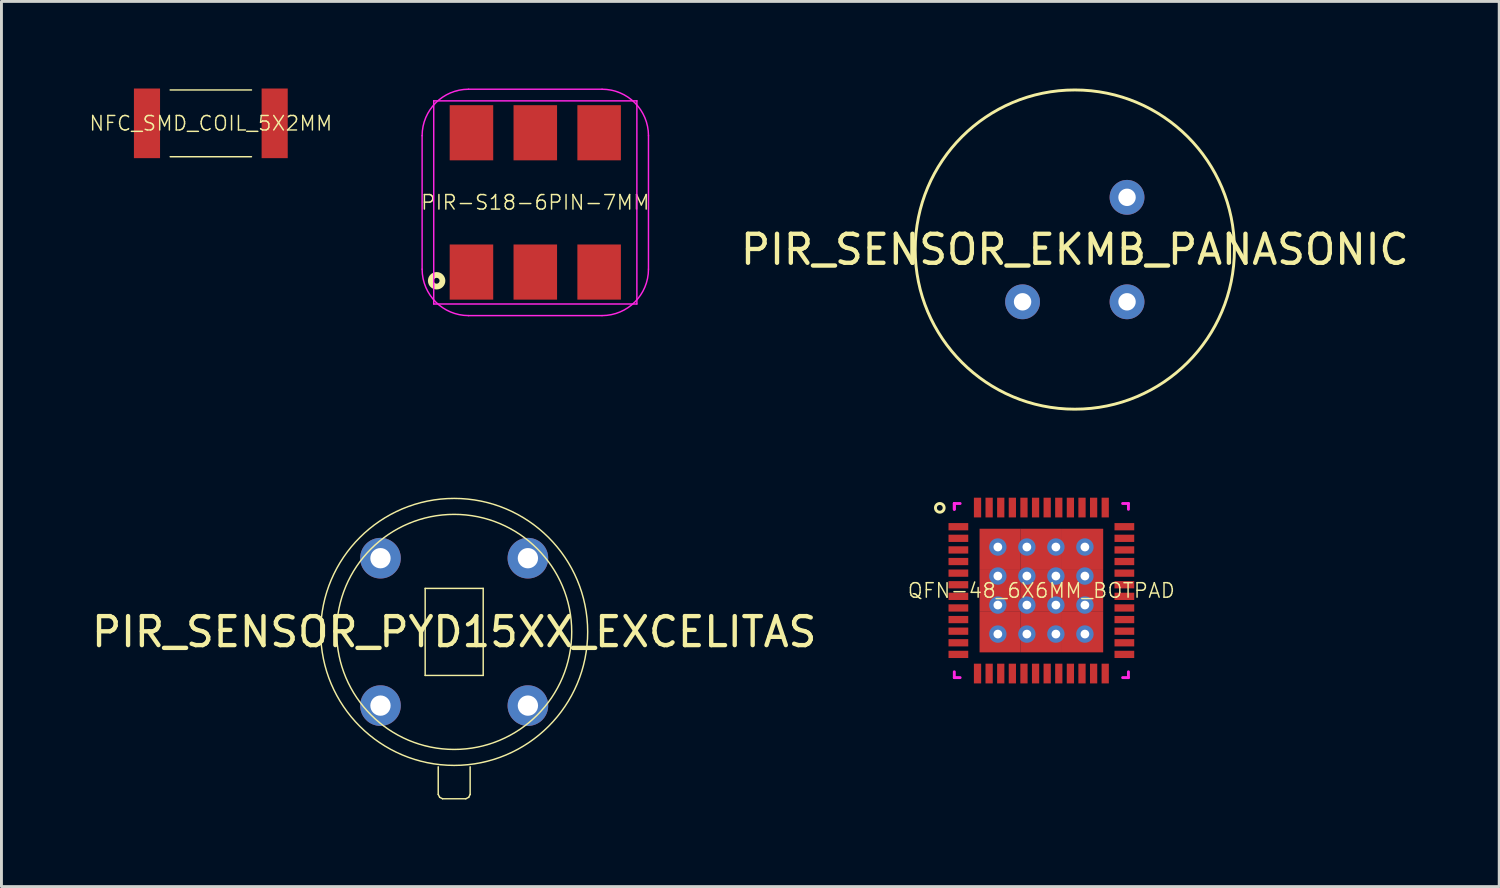
<source format=kicad_pcb>
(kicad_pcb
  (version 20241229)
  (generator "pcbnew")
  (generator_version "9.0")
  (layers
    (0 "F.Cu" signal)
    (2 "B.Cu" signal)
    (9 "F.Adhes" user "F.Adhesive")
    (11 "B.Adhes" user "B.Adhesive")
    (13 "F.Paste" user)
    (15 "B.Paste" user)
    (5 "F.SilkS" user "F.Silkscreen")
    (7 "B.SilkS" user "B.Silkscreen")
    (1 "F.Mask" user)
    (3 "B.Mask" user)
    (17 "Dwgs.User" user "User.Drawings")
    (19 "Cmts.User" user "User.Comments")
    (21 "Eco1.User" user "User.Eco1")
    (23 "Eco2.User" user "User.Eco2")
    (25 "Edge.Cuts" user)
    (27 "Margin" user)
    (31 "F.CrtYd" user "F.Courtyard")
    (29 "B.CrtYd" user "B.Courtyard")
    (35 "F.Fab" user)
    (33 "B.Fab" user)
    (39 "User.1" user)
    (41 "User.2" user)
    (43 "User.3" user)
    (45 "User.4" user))
  (footprint "PIR_SENSOR_EKMB_PANASONIC"
    (layer "F.Cu")
    (at 33.987 5.55)
    (property "Reference" "PIR_SENSOR_EKMB_PANASONIC" (at 0 0 0) (layer "F.SilkS") (effects (font (size 1 1) (thickness 0.15))))
    (attr through_hole)
    (fp_circle (center 0 0) (end -5.5 0) (stroke (width 0.1) (type solid)) (fill no) (layer "F.SilkS"))
    (pad "1" thru_hole circle (at -1.8 1.8) (size 1.2 1.2) (drill 0.6) (layers "*.Cu" "*.Mask"))
    (pad "2" thru_hole circle (at 1.8 1.8) (size 1.2 1.2) (drill 0.6) (layers "*.Cu" "*.Mask"))
    (pad "3" thru_hole circle (at 1.8 -1.8) (size 1.2 1.2) (drill 0.6) (layers "*.Cu" "*.Mask")))
  (footprint "PIR_SENSOR_PYD15XX_EXCELITAS"
    (layer "F.Cu")
    (at 12.601 18.725)
    (property "Reference" "PIR_SENSOR_PYD15XX_EXCELITAS" (at 0 0 0) (layer "F.SilkS") (effects (font (size 1 1) (thickness 0.15))))
    (attr through_hole)
    (fp_line (start -1 -1.5) (end 1 -1.5) (stroke (width 0.05) (type solid)) (layer "F.SilkS"))
    (fp_line (start -1 1.5) (end -1 -1.5) (stroke (width 0.05) (type solid)) (layer "F.SilkS"))
    (fp_line (start -0.55 5.6) (end -0.55 4.65) (stroke (width 0.05) (type solid)) (layer "F.SilkS"))
    (fp_line (start -0.55 5.6) (end -0.5 5.7) (stroke (width 0.05) (type solid)) (layer "F.SilkS"))
    (fp_line (start -0.5 5.7) (end -0.4 5.75) (stroke (width 0.05) (type solid)) (layer "F.SilkS"))
    (fp_line (start -0.4 5.75) (end 0.4 5.75) (stroke (width 0.05) (type solid)) (layer "F.SilkS"))
    (fp_line (start 0.4 5.75) (end 0.5 5.7) (stroke (width 0.05) (type solid)) (layer "F.SilkS"))
    (fp_line (start 0.5 5.7) (end 0.55 5.6) (stroke (width 0.05) (type solid)) (layer "F.SilkS"))
    (fp_line (start 0.55 5.6) (end 0.55 4.65) (stroke (width 0.05) (type solid)) (layer "F.SilkS"))
    (fp_line (start 1 -1.5) (end 1 1.5) (stroke (width 0.05) (type solid)) (layer "F.SilkS"))
    (fp_line (start 1 1.5) (end -1 1.5) (stroke (width 0.05) (type solid)) (layer "F.SilkS"))
    (fp_circle (center 0 0) (end -4.6 0) (stroke (width 0.05) (type solid)) (fill no) (layer "F.SilkS"))
    (fp_circle (center 0 0) (end -4.05 0) (stroke (width 0.05) (type solid)) (fill no) (layer "F.SilkS"))
    (pad "1" thru_hole circle (at 2.54 -2.54) (size 1.4 1.4) (drill 0.7) (layers "*.Cu" "*.Mask"))
    (pad "2" thru_hole circle (at -2.54 2.54) (size 1.4 1.4) (drill 0.7) (layers "*.Cu" "*.Mask"))
    (pad "3" thru_hole circle (at -2.54 -2.54) (size 1.4 1.4) (drill 0.7) (layers "*.Cu" "*.Mask"))
    (pad "4" thru_hole circle (at 2.54 2.54) (size 1.4 1.4) (drill 0.7) (layers "*.Cu" "*.Mask")))
  (footprint "PIR-S18-6PIN-7MM"
    (layer "F.Cu")
    (at 15.396 3.925)
    (property "Reference" "PIR-S18-6PIN-7MM" (at 0 0 0) (layer "F.SilkS") (effects (font (size 0.5 0.5) (thickness 0.05))))
    (attr through_hole)
    (fp_circle (center -3.4 2.7) (end -3.2 2.7) (stroke (width 0.2) (type solid)) (fill no) (layer "F.SilkS"))
    (fp_line (start -3.9 -2.3) (end -3.9 2.3) (stroke (width 0.05) (type solid)) (layer "F.CrtYd"))
    (fp_line (start -3.5 -3.5) (end 3.5 -3.5) (stroke (width 0.05) (type solid)) (layer "F.CrtYd"))
    (fp_line (start -3.5 3.5) (end -3.5 -3.5) (stroke (width 0.05) (type solid)) (layer "F.CrtYd"))
    (fp_line (start -2.3 3.9) (end 2.3 3.9) (stroke (width 0.05) (type solid)) (layer "F.CrtYd"))
    (fp_line (start 2.3 -3.9) (end -2.3 -3.9) (stroke (width 0.05) (type solid)) (layer "F.CrtYd"))
    (fp_line (start 3.5 -3.5) (end 3.5 3.5) (stroke (width 0.05) (type solid)) (layer "F.CrtYd"))
    (fp_line (start 3.5 3.5) (end -3.5 3.5) (stroke (width 0.05) (type solid)) (layer "F.CrtYd"))
    (fp_line (start 3.9 2.3) (end 3.9 -2.3) (stroke (width 0.05) (type solid)) (layer "F.CrtYd"))
    (fp_arc (start -3.9 -2.3) (mid -3.431371 -3.431371) (end -2.3 -3.9) (stroke (width 0.05) (type solid)) (layer "F.CrtYd"))
    (fp_arc (start -2.3 3.9) (mid -3.431371 3.431371) (end -3.9 2.3) (stroke (width 0.05) (type solid)) (layer "F.CrtYd"))
    (fp_arc (start 2.3 -3.9) (mid 3.431371 -3.431371) (end 3.9 -2.3) (stroke (width 0.05) (type solid)) (layer "F.CrtYd"))
    (fp_arc (start 3.9 2.3) (mid 3.431371 3.431371) (end 2.3 3.9) (stroke (width 0.05) (type solid)) (layer "F.CrtYd"))
    (pad "1" smd rect (at -2.2 2.4) (size 1.5 1.9) (layers "F.Cu" "F.Mask" "F.Paste"))
    (pad "2" smd rect (at 0 2.4) (size 1.5 1.9) (layers "F.Cu" "F.Mask" "F.Paste"))
    (pad "3" smd rect (at 2.2 2.4) (size 1.5 1.9) (layers "F.Cu" "F.Mask" "F.Paste"))
    (pad "4" smd rect (at 2.2 -2.4) (size 1.5 1.9) (layers "F.Cu" "F.Mask" "F.Paste"))
    (pad "5" smd rect (at 0 -2.4) (size 1.5 1.9) (layers "F.Cu" "F.Mask" "F.Paste"))
    (pad "6" smd rect (at -2.2 -2.4) (size 1.5 1.9) (layers "F.Cu" "F.Mask" "F.Paste")))
  (footprint "NFC_SMD_COIL_5X2MM"
    (layer "F.Cu")
    (at 4.215 1.2)
    (property "Reference" "NFC_SMD_COIL_5X2MM" (at 0 0 0) (layer "F.SilkS") (effects (font (size 0.5 0.5) (thickness 0.05))))
    (attr through_hole)
    (fp_line (start -1.4 -1.15) (end 1.4 -1.15) (stroke (width 0.05) (type solid)) (layer "F.SilkS"))
    (fp_line (start 1.4 1.15) (end -1.4 1.15) (stroke (width 0.05) (type solid)) (layer "F.SilkS"))
    (pad "1" smd rect (at -2.2 0) (size 0.9 2.4) (layers "F.Cu" "F.Mask" "F.Paste"))
    (pad "2" smd rect (at 2.2 0) (size 0.9 2.4) (layers "F.Cu" "F.Mask" "F.Paste")))
  (footprint "QFN-48_6X6MM_BOTPAD"
    (layer "F.Cu")
    (at 32.835 17.3)
    (property "Reference" "QFN-48_6X6MM_BOTPAD" (at 0 0 0) (layer "F.SilkS") (effects (font (size 0.5 0.5) (thickness 0.05))))
    (attr smd)
    (fp_circle (center -3.5 -2.85) (end -3.35 -2.85) (stroke (width 0.1) (type solid)) (fill no) (layer "F.SilkS"))
    (fp_line (start -3 -3) (end -3 -2.8) (stroke (width 0.1) (type solid)) (layer "F.CrtYd"))
    (fp_line (start -3 -3) (end -3 -2.8) (stroke (width 0.1) (type solid)) (layer "F.CrtYd"))
    (fp_line (start -3 -3) (end -2.8 -3) (stroke (width 0.1) (type solid)) (layer "F.CrtYd"))
    (fp_line (start -3 2.8) (end -3 3) (stroke (width 0.1) (type solid)) (layer "F.CrtYd"))
    (fp_line (start -3 3) (end -2.8 3) (stroke (width 0.1) (type solid)) (layer "F.CrtYd"))
    (fp_line (start 3 -3) (end 2.8 -3) (stroke (width 0.1) (type solid)) (layer "F.CrtYd"))
    (fp_line (start 3 -3) (end 3 -2.8) (stroke (width 0.1) (type solid)) (layer "F.CrtYd"))
    (fp_line (start 3 3) (end 2.8 3) (stroke (width 0.1) (type solid)) (layer "F.CrtYd"))
    (fp_line (start 3 3) (end 3 2.8) (stroke (width 0.1) (type solid)) (layer "F.CrtYd"))
    (pad "1" smd rect (at -2.86 -2.2 90) (size 0.25 0.68) (layers "F.Cu" "F.Mask" "F.Paste"))
    (pad "2" smd rect (at -2.86 -1.8 90) (size 0.25 0.68) (layers "F.Cu" "F.Mask" "F.Paste"))
    (pad "3" smd rect (at -2.86 -1.4 90) (size 0.25 0.68) (layers "F.Cu" "F.Mask" "F.Paste"))
    (pad "4" smd rect (at -2.86 -1 90) (size 0.25 0.68) (layers "F.Cu" "F.Mask" "F.Paste"))
    (pad "5" smd rect (at -2.86 -0.6 90) (size 0.25 0.68) (layers "F.Cu" "F.Mask" "F.Paste"))
    (pad "6" smd rect (at -2.86 -0.2 90) (size 0.25 0.68) (layers "F.Cu" "F.Mask" "F.Paste"))
    (pad "7" smd rect (at -2.86 0.2 90) (size 0.25 0.68) (layers "F.Cu" "F.Mask" "F.Paste"))
    (pad "8" smd rect (at -2.86 0.6 90) (size 0.25 0.68) (layers "F.Cu" "F.Mask" "F.Paste"))
    (pad "9" smd rect (at -2.86 1 90) (size 0.25 0.68) (layers "F.Cu" "F.Mask" "F.Paste"))
    (pad "10" smd rect (at -2.86 1.4 90) (size 0.25 0.68) (layers "F.Cu" "F.Mask" "F.Paste"))
    (pad "11" smd rect (at -2.86 1.8 90) (size 0.25 0.68) (layers "F.Cu" "F.Mask" "F.Paste"))
    (pad "12" smd rect (at -2.86 2.2 90) (size 0.25 0.68) (layers "F.Cu" "F.Mask" "F.Paste"))
    (pad "13" smd rect (at -2.2 2.86) (size 0.25 0.68) (layers "F.Cu" "F.Mask" "F.Paste"))
    (pad "14" smd rect (at -1.8 2.86) (size 0.25 0.68) (layers "F.Cu" "F.Mask" "F.Paste"))
    (pad "15" smd rect (at -1.4 2.86) (size 0.25 0.68) (layers "F.Cu" "F.Mask" "F.Paste"))
    (pad "16" smd rect (at -1 2.86) (size 0.25 0.68) (layers "F.Cu" "F.Mask" "F.Paste"))
    (pad "17" smd rect (at -0.6 2.86) (size 0.25 0.68) (layers "F.Cu" "F.Mask" "F.Paste"))
    (pad "18" smd rect (at -0.2 2.86) (size 0.25 0.68) (layers "F.Cu" "F.Mask" "F.Paste"))
    (pad "19" smd rect (at 0.2 2.86) (size 0.25 0.68) (layers "F.Cu" "F.Mask" "F.Paste"))
    (pad "20" smd rect (at 0.6 2.86) (size 0.25 0.68) (layers "F.Cu" "F.Mask" "F.Paste"))
    (pad "21" smd rect (at 1 2.86) (size 0.25 0.68) (layers "F.Cu" "F.Mask" "F.Paste"))
    (pad "22" smd rect (at 1.4 2.86) (size 0.25 0.68) (layers "F.Cu" "F.Mask" "F.Paste"))
    (pad "23" smd rect (at 1.8 2.86) (size 0.25 0.68) (layers "F.Cu" "F.Mask" "F.Paste"))
    (pad "24" smd rect (at 2.2 2.86) (size 0.25 0.68) (layers "F.Cu" "F.Mask" "F.Paste"))
    (pad "25" smd rect (at 2.86 2.2 90) (size 0.25 0.68) (layers "F.Cu" "F.Mask" "F.Paste"))
    (pad "26" smd rect (at 2.86 1.8 90) (size 0.25 0.68) (layers "F.Cu" "F.Mask" "F.Paste"))
    (pad "27" smd rect (at 2.86 1.4 90) (size 0.25 0.68) (layers "F.Cu" "F.Mask" "F.Paste"))
    (pad "28" smd rect (at 2.86 1 90) (size 0.25 0.68) (layers "F.Cu" "F.Mask" "F.Paste"))
    (pad "29" smd rect (at 2.86 0.6 90) (size 0.25 0.68) (layers "F.Cu" "F.Mask" "F.Paste"))
    (pad "30" smd rect (at 2.86 0.2 90) (size 0.25 0.68) (layers "F.Cu" "F.Mask" "F.Paste"))
    (pad "31" smd rect (at 2.86 -0.2 90) (size 0.25 0.68) (layers "F.Cu" "F.Mask" "F.Paste"))
    (pad "32" smd rect (at 2.86 -0.6 90) (size 0.25 0.68) (layers "F.Cu" "F.Mask" "F.Paste"))
    (pad "33" smd rect (at 2.86 -1 90) (size 0.25 0.68) (layers "F.Cu" "F.Mask" "F.Paste"))
    (pad "34" smd rect (at 2.86 -1.4 90) (size 0.25 0.68) (layers "F.Cu" "F.Mask" "F.Paste"))
    (pad "35" smd rect (at 2.86 -1.8 90) (size 0.25 0.68) (layers "F.Cu" "F.Mask" "F.Paste"))
    (pad "36" smd rect (at 2.86 -2.2 90) (size 0.25 0.68) (layers "F.Cu" "F.Mask" "F.Paste"))
    (pad "37" smd rect (at 2.2 -2.86) (size 0.25 0.68) (layers "F.Cu" "F.Mask" "F.Paste"))
    (pad "38" smd rect (at 1.8 -2.86) (size 0.25 0.68) (layers "F.Cu" "F.Mask" "F.Paste"))
    (pad "39" smd rect (at 1.4 -2.86) (size 0.25 0.68) (layers "F.Cu" "F.Mask" "F.Paste"))
    (pad "40" smd rect (at 1 -2.86) (size 0.25 0.68) (layers "F.Cu" "F.Mask" "F.Paste"))
    (pad "41" smd rect (at 0.6 -2.86) (size 0.25 0.68) (layers "F.Cu" "F.Mask" "F.Paste"))
    (pad "42" smd rect (at 0.2 -2.86) (size 0.25 0.68) (layers "F.Cu" "F.Mask" "F.Paste"))
    (pad "43" smd rect (at -0.2 -2.86) (size 0.25 0.68) (layers "F.Cu" "F.Mask" "F.Paste"))
    (pad "44" smd rect (at -0.6 -2.86) (size 0.25 0.68) (layers "F.Cu" "F.Mask" "F.Paste"))
    (pad "45" smd rect (at -1 -2.86) (size 0.25 0.68) (layers "F.Cu" "F.Mask" "F.Paste"))
    (pad "46" smd rect (at -1.4 -2.86) (size 0.25 0.68) (layers "F.Cu" "F.Mask" "F.Paste"))
    (pad "47" smd rect (at -1.8 -2.86) (size 0.25 0.68) (layers "F.Cu" "F.Mask" "F.Paste"))
    (pad "48" smd rect (at -2.2 -2.86) (size 0.25 0.68) (layers "F.Cu" "F.Mask" "F.Paste"))
    (pad "49" thru_hole circle (at -1.5 -1.5) (size 0.6 0.6) (drill 0.3) (layers "*.Cu" "B.Mask"))
    (pad "49" thru_hole circle (at -1.5 -0.5) (size 0.6 0.6) (drill 0.3) (layers "*.Cu" "B.Mask"))
    (pad "49" thru_hole circle (at -1.5 0.5) (size 0.6 0.6) (drill 0.3) (layers "*.Cu" "B.Mask"))
    (pad "49" thru_hole circle (at -1.5 1.5) (size 0.6 0.6) (drill 0.3) (layers "*.Cu" "B.Mask"))
    (pad "49" smd rect (at -1.42 -1.42) (size 1.42 1.42) (layers "F.Cu" "F.Mask" "F.Paste"))
    (pad "49" smd rect (at -1.42 0) (size 1.42 1.42) (layers "F.Cu" "F.Mask" "F.Paste"))
    (pad "49" smd rect (at -1.42 1.42) (size 1.42 1.42) (layers "F.Cu" "F.Mask" "F.Paste"))
    (pad "49" thru_hole circle (at -0.5 -1.5) (size 0.6 0.6) (drill 0.3) (layers "*.Cu" "B.Mask"))
    (pad "49" thru_hole circle (at -0.5 -0.5) (size 0.6 0.6) (drill 0.3) (layers "*.Cu" "B.Mask"))
    (pad "49" thru_hole circle (at -0.5 0.5) (size 0.6 0.6) (drill 0.3) (layers "*.Cu" "B.Mask"))
    (pad "49" thru_hole circle (at -0.5 1.5) (size 0.6 0.6) (drill 0.3) (layers "*.Cu" "B.Mask"))
    (pad "49" smd rect (at 0 -1.42) (size 1.42 1.42) (layers "F.Cu" "F.Mask" "F.Paste"))
    (pad "49" smd rect (at 0 0) (size 1.42 1.42) (layers "F.Cu" "F.Mask" "F.Paste"))
    (pad "49" smd rect (at 0 1.42) (size 1.42 1.42) (layers "F.Cu" "F.Mask" "F.Paste"))
    (pad "49" thru_hole circle (at 0.5 -1.5) (size 0.6 0.6) (drill 0.3) (layers "*.Cu" "B.Mask"))
    (pad "49" thru_hole circle (at 0.5 -0.5) (size 0.6 0.6) (drill 0.3) (layers "*.Cu" "B.Mask"))
    (pad "49" thru_hole circle (at 0.5 0.5) (size 0.6 0.6) (drill 0.3) (layers "*.Cu" "B.Mask"))
    (pad "49" thru_hole circle (at 0.5 1.5) (size 0.6 0.6) (drill 0.3) (layers "*.Cu" "B.Mask"))
    (pad "49" smd rect (at 1.42 -1.42) (size 1.42 1.42) (layers "F.Cu" "F.Mask" "F.Paste"))
    (pad "49" smd rect (at 1.42 0) (size 1.42 1.42) (layers "F.Cu" "F.Mask" "F.Paste"))
    (pad "49" smd rect (at 1.42 1.42) (size 1.42 1.42) (layers "F.Cu" "F.Mask" "F.Paste"))
    (pad "49" thru_hole circle (at 1.5 -1.5) (size 0.6 0.6) (drill 0.3) (layers "*.Cu" "B.Mask"))
    (pad "49" thru_hole circle (at 1.5 -0.5) (size 0.6 0.6) (drill 0.3) (layers "*.Cu" "B.Mask"))
    (pad "49" thru_hole circle (at 1.5 0.5) (size 0.6 0.6) (drill 0.3) (layers "*.Cu" "B.Mask"))
    (pad "49" thru_hole circle (at 1.5 1.5) (size 0.6 0.6) (drill 0.3) (layers "*.Cu" "B.Mask")))
  (gr_rect
    (start -3 -3)
    (end 48.612 27.5)
    (stroke (width 0.1) (type default))
    (fill no)
    (layer "Edge.Cuts")))
</source>
